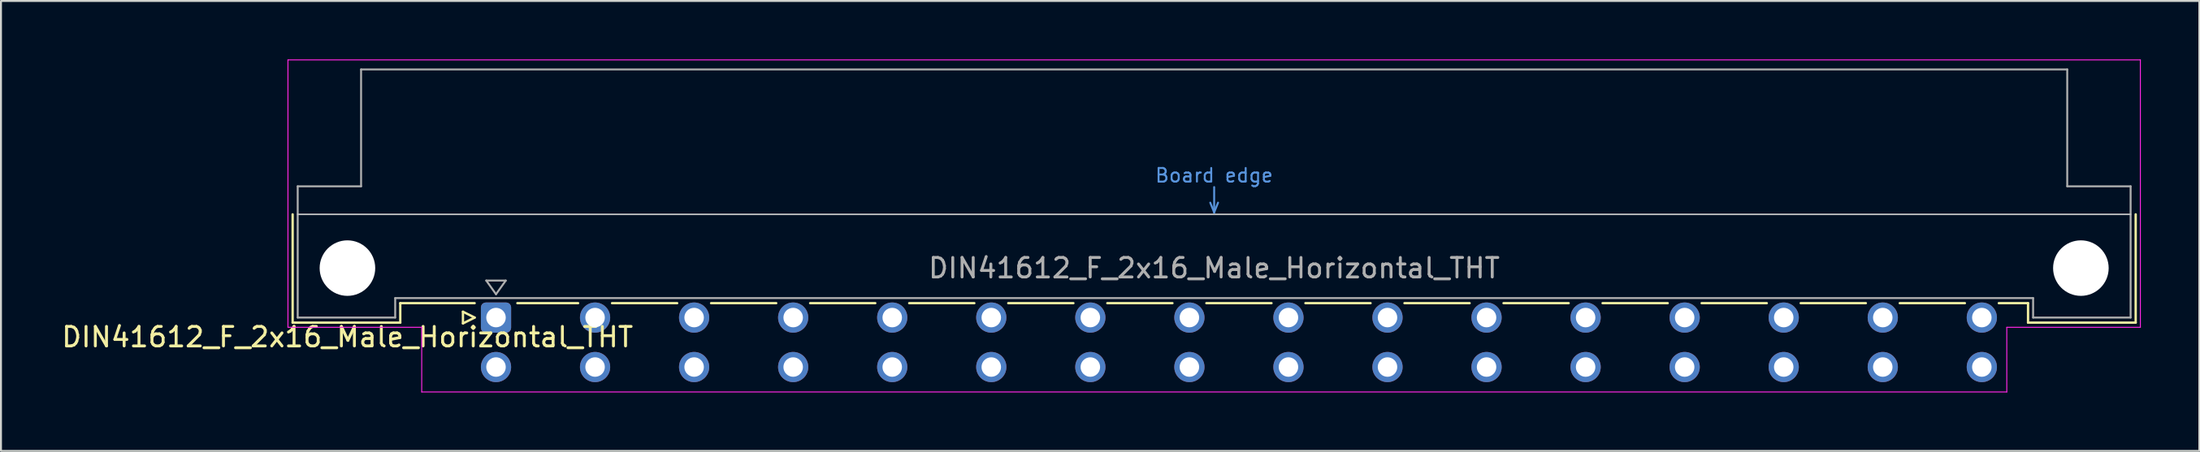
<source format=kicad_pcb>
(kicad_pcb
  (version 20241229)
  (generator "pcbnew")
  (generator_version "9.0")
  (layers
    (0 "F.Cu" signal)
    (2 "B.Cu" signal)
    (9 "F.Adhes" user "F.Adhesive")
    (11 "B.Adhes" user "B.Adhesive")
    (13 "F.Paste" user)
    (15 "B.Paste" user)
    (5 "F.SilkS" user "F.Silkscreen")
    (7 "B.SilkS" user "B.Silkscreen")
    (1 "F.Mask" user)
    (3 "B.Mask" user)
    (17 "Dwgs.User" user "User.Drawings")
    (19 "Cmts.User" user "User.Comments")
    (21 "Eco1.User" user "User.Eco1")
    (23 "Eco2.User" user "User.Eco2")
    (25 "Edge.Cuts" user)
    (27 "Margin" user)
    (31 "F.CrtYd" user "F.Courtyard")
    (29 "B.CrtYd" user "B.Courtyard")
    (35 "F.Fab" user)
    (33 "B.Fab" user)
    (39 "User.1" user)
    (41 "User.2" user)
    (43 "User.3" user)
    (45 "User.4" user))
  (footprint "DIN41612_F_2x16_Male_Horizontal_THT"
    (layer "F.Cu")
    (at 19.848 13.255)
    (property "Reference" "DIN41612_F_2x16_Male_Horizontal_THT" (at -5.08 1 0) (layer "F.SilkS") (effects (font (size 1 1) (thickness 0.15))))
    (attr through_hole)
    (fp_line (start -7.89 -5.3) (end -7.89 0.26) (stroke (width 0.12) (type solid)) (layer "F.SilkS"))
    (fp_line (start -7.89 0.26) (end -2.37 0.26) (stroke (width 0.12) (type solid)) (layer "F.SilkS"))
    (fp_line (start -2.371 -0.74) (end 1.445 -0.74) (stroke (width 0.12) (type solid)) (layer "F.SilkS"))
    (fp_line (start -2.37 0.26) (end -2.37 -0.74) (stroke (width 0.12) (type solid)) (layer "F.SilkS"))
    (fp_line (start 0.845 -0.3) (end 0.845 0.3) (stroke (width 0.12) (type solid)) (layer "F.SilkS"))
    (fp_line (start 0.845 0.3) (end 1.445 0) (stroke (width 0.12) (type solid)) (layer "F.SilkS"))
    (fp_line (start 1.445 0) (end 0.845 -0.3) (stroke (width 0.12) (type solid)) (layer "F.SilkS"))
    (fp_line (start 3.635 -0.74) (end 6.751 -0.74) (stroke (width 0.12) (type solid)) (layer "F.SilkS"))
    (fp_line (start 8.49 -0.74) (end 11.831 -0.74) (stroke (width 0.12) (type solid)) (layer "F.SilkS"))
    (fp_line (start 13.57 -0.74) (end 16.911 -0.74) (stroke (width 0.12) (type solid)) (layer "F.SilkS"))
    (fp_line (start 18.65 -0.74) (end 21.991 -0.74) (stroke (width 0.12) (type solid)) (layer "F.SilkS"))
    (fp_line (start 23.73 -0.74) (end 27.071 -0.74) (stroke (width 0.12) (type solid)) (layer "F.SilkS"))
    (fp_line (start 28.81 -0.74) (end 32.151 -0.74) (stroke (width 0.12) (type solid)) (layer "F.SilkS"))
    (fp_line (start 33.89 -0.74) (end 37.231 -0.74) (stroke (width 0.12) (type solid)) (layer "F.SilkS"))
    (fp_line (start 38.97 -0.74) (end 42.311 -0.74) (stroke (width 0.12) (type solid)) (layer "F.SilkS"))
    (fp_line (start 44.05 -0.74) (end 47.391 -0.74) (stroke (width 0.12) (type solid)) (layer "F.SilkS"))
    (fp_line (start 49.13 -0.74) (end 52.471 -0.74) (stroke (width 0.12) (type solid)) (layer "F.SilkS"))
    (fp_line (start 54.21 -0.74) (end 57.551 -0.74) (stroke (width 0.12) (type solid)) (layer "F.SilkS"))
    (fp_line (start 59.29 -0.74) (end 62.631 -0.74) (stroke (width 0.12) (type solid)) (layer "F.SilkS"))
    (fp_line (start 64.37 -0.74) (end 67.711 -0.74) (stroke (width 0.12) (type solid)) (layer "F.SilkS"))
    (fp_line (start 69.45 -0.74) (end 72.791 -0.74) (stroke (width 0.12) (type solid)) (layer "F.SilkS"))
    (fp_line (start 74.53 -0.74) (end 77.871 -0.74) (stroke (width 0.12) (type solid)) (layer "F.SilkS"))
    (fp_line (start 79.61 -0.74) (end 81.11 -0.74) (stroke (width 0.12) (type solid)) (layer "F.SilkS"))
    (fp_line (start 81.11 0.26) (end 81.11 -0.74) (stroke (width 0.12) (type solid)) (layer "F.SilkS"))
    (fp_line (start 86.63 -5.3) (end 86.63 0.26) (stroke (width 0.12) (type solid)) (layer "F.SilkS"))
    (fp_line (start 86.63 0.26) (end 81.11 0.26) (stroke (width 0.12) (type solid)) (layer "F.SilkS"))
    (fp_line (start -7.63 -5.3) (end 86.37 -5.3) (stroke (width 0.08) (type solid)) (layer "Dwgs.User"))
    (fp_line (start 39.17 -5.9) (end 39.37 -5.4) (stroke (width 0.1) (type solid)) (layer "Cmts.User"))
    (fp_line (start 39.37 -5.4) (end 39.37 -6.7) (stroke (width 0.1) (type solid)) (layer "Cmts.User"))
    (fp_line (start 39.37 -5.4) (end 39.57 -5.9) (stroke (width 0.1) (type solid)) (layer "Cmts.User"))
    (fp_line (start -8.13 -13.23) (end -8.13 0.5) (stroke (width 0.05) (type solid)) (layer "F.CrtYd"))
    (fp_line (start -8.13 0.5) (end -1.27 0.5) (stroke (width 0.05) (type solid)) (layer "F.CrtYd"))
    (fp_line (start -1.27 0.5) (end -1.27 3.82) (stroke (width 0.05) (type solid)) (layer "F.CrtYd"))
    (fp_line (start -1.27 3.82) (end 80.02 3.82) (stroke (width 0.05) (type solid)) (layer "F.CrtYd"))
    (fp_line (start 80.02 0.5) (end 86.87 0.5) (stroke (width 0.05) (type solid)) (layer "F.CrtYd"))
    (fp_line (start 80.02 3.82) (end 80.02 0.5) (stroke (width 0.05) (type solid)) (layer "F.CrtYd"))
    (fp_line (start 86.87 -13.23) (end -8.13 -13.23) (stroke (width 0.05) (type solid)) (layer "F.CrtYd"))
    (fp_line (start 86.87 0.5) (end 86.87 -13.23) (stroke (width 0.05) (type solid)) (layer "F.CrtYd"))
    (fp_line (start -7.63 -6.74) (end -7.63 0) (stroke (width 0.1) (type solid)) (layer "F.Fab"))
    (fp_line (start -7.63 0) (end -2.63 0) (stroke (width 0.1) (type solid)) (layer "F.Fab"))
    (fp_line (start -4.38 -12.74) (end -4.38 -6.74) (stroke (width 0.1) (type solid)) (layer "F.Fab"))
    (fp_line (start -4.38 -6.74) (end -7.63 -6.74) (stroke (width 0.1) (type solid)) (layer "F.Fab"))
    (fp_line (start -2.63 -1) (end 81.37 -1) (stroke (width 0.1) (type solid)) (layer "F.Fab"))
    (fp_line (start -2.63 0) (end -2.63 -1) (stroke (width 0.1) (type solid)) (layer "F.Fab"))
    (fp_line (start 2.04 -1.9) (end 3.04 -1.9) (stroke (width 0.1) (type solid)) (layer "F.Fab"))
    (fp_line (start 2.54 -1.2) (end 2.04 -1.9) (stroke (width 0.1) (type solid)) (layer "F.Fab"))
    (fp_line (start 3.04 -1.9) (end 2.54 -1.2) (stroke (width 0.1) (type solid)) (layer "F.Fab"))
    (fp_line (start 81.37 -1) (end 81.37 0) (stroke (width 0.1) (type solid)) (layer "F.Fab"))
    (fp_line (start 81.37 0) (end 86.37 0) (stroke (width 0.1) (type solid)) (layer "F.Fab"))
    (fp_line (start 83.12 -12.74) (end -4.38 -12.74) (stroke (width 0.1) (type solid)) (layer "F.Fab"))
    (fp_line (start 83.12 -6.74) (end 83.12 -12.74) (stroke (width 0.1) (type solid)) (layer "F.Fab"))
    (fp_line (start 86.37 -6.74) (end 83.12 -6.74) (stroke (width 0.1) (type solid)) (layer "F.Fab"))
    (fp_line (start 86.37 0) (end 86.37 -6.74) (stroke (width 0.1) (type solid)) (layer "F.Fab"))
    (fp_text user "Board edge" (at 39.37 -7.3 0) (layer "Cmts.User") (effects (font (size 0.7 0.7) (thickness 0.1))))
    (fp_text user "${REFERENCE}" (at 39.37 -2.54 0) (layer "F.Fab") (effects (font (size 1 1) (thickness 0.15))))
    (pad "" np_thru_hole circle (at -5.08 -2.54) (size 2.85 2.85) (drill 2.85) (layers "*.Cu" "*.Mask"))
    (pad "" np_thru_hole circle (at 83.82 -2.54) (size 2.85 2.85) (drill 2.85) (layers "*.Cu" "*.Mask"))
    (pad "b2" thru_hole circle (at 2.54 2.54) (size 1.55 1.55) (drill 1) (layers "*.Cu" "*.Mask"))
    (pad "b4" thru_hole circle (at 7.62 2.54) (size 1.55 1.55) (drill 1) (layers "*.Cu" "*.Mask"))
    (pad "b6" thru_hole circle (at 12.7 2.54) (size 1.55 1.55) (drill 1) (layers "*.Cu" "*.Mask"))
    (pad "b8" thru_hole circle (at 17.78 2.54) (size 1.55 1.55) (drill 1) (layers "*.Cu" "*.Mask"))
    (pad "b10" thru_hole circle (at 22.86 2.54) (size 1.55 1.55) (drill 1) (layers "*.Cu" "*.Mask"))
    (pad "b12" thru_hole circle (at 27.94 2.54) (size 1.55 1.55) (drill 1) (layers "*.Cu" "*.Mask"))
    (pad "b14" thru_hole circle (at 33.02 2.54) (size 1.55 1.55) (drill 1) (layers "*.Cu" "*.Mask"))
    (pad "b16" thru_hole circle (at 38.1 2.54) (size 1.55 1.55) (drill 1) (layers "*.Cu" "*.Mask"))
    (pad "b18" thru_hole circle (at 43.18 2.54) (size 1.55 1.55) (drill 1) (layers "*.Cu" "*.Mask"))
    (pad "b20" thru_hole circle (at 48.26 2.54) (size 1.55 1.55) (drill 1) (layers "*.Cu" "*.Mask"))
    (pad "b22" thru_hole circle (at 53.34 2.54) (size 1.55 1.55) (drill 1) (layers "*.Cu" "*.Mask"))
    (pad "b24" thru_hole circle (at 58.42 2.54) (size 1.55 1.55) (drill 1) (layers "*.Cu" "*.Mask"))
    (pad "b26" thru_hole circle (at 63.5 2.54) (size 1.55 1.55) (drill 1) (layers "*.Cu" "*.Mask"))
    (pad "b28" thru_hole circle (at 68.58 2.54) (size 1.55 1.55) (drill 1) (layers "*.Cu" "*.Mask"))
    (pad "b30" thru_hole circle (at 73.66 2.54) (size 1.55 1.55) (drill 1) (layers "*.Cu" "*.Mask"))
    (pad "b32" thru_hole circle (at 78.74 2.54) (size 1.55 1.55) (drill 1) (layers "*.Cu" "*.Mask"))
    (pad "z2" thru_hole roundrect (at 2.54 0) (size 1.55 1.55) (drill 1) (layers "*.Cu" "*.Mask") (roundrect_rratio 0.161))
    (pad "z4" thru_hole circle (at 7.62 0) (size 1.55 1.55) (drill 1) (layers "*.Cu" "*.Mask"))
    (pad "z6" thru_hole circle (at 12.7 0) (size 1.55 1.55) (drill 1) (layers "*.Cu" "*.Mask"))
    (pad "z8" thru_hole circle (at 17.78 0) (size 1.55 1.55) (drill 1) (layers "*.Cu" "*.Mask"))
    (pad "z10" thru_hole circle (at 22.86 0) (size 1.55 1.55) (drill 1) (layers "*.Cu" "*.Mask"))
    (pad "z12" thru_hole circle (at 27.94 0) (size 1.55 1.55) (drill 1) (layers "*.Cu" "*.Mask"))
    (pad "z14" thru_hole circle (at 33.02 0) (size 1.55 1.55) (drill 1) (layers "*.Cu" "*.Mask"))
    (pad "z16" thru_hole circle (at 38.1 0) (size 1.55 1.55) (drill 1) (layers "*.Cu" "*.Mask"))
    (pad "z18" thru_hole circle (at 43.18 0) (size 1.55 1.55) (drill 1) (layers "*.Cu" "*.Mask"))
    (pad "z20" thru_hole circle (at 48.26 0) (size 1.55 1.55) (drill 1) (layers "*.Cu" "*.Mask"))
    (pad "z22" thru_hole circle (at 53.34 0) (size 1.55 1.55) (drill 1) (layers "*.Cu" "*.Mask"))
    (pad "z24" thru_hole circle (at 58.42 0) (size 1.55 1.55) (drill 1) (layers "*.Cu" "*.Mask"))
    (pad "z26" thru_hole circle (at 63.5 0) (size 1.55 1.55) (drill 1) (layers "*.Cu" "*.Mask"))
    (pad "z28" thru_hole circle (at 68.58 0) (size 1.55 1.55) (drill 1) (layers "*.Cu" "*.Mask"))
    (pad "z30" thru_hole circle (at 73.66 0) (size 1.55 1.55) (drill 1) (layers "*.Cu" "*.Mask"))
    (pad "z32" thru_hole circle (at 78.74 0) (size 1.55 1.55) (drill 1) (layers "*.Cu" "*.Mask")))
  (gr_rect
    (start -3 -3)
    (end 109.743 20.1)
    (stroke (width 0.1) (type default))
    (fill no)
    (layer "Edge.Cuts")))
</source>
